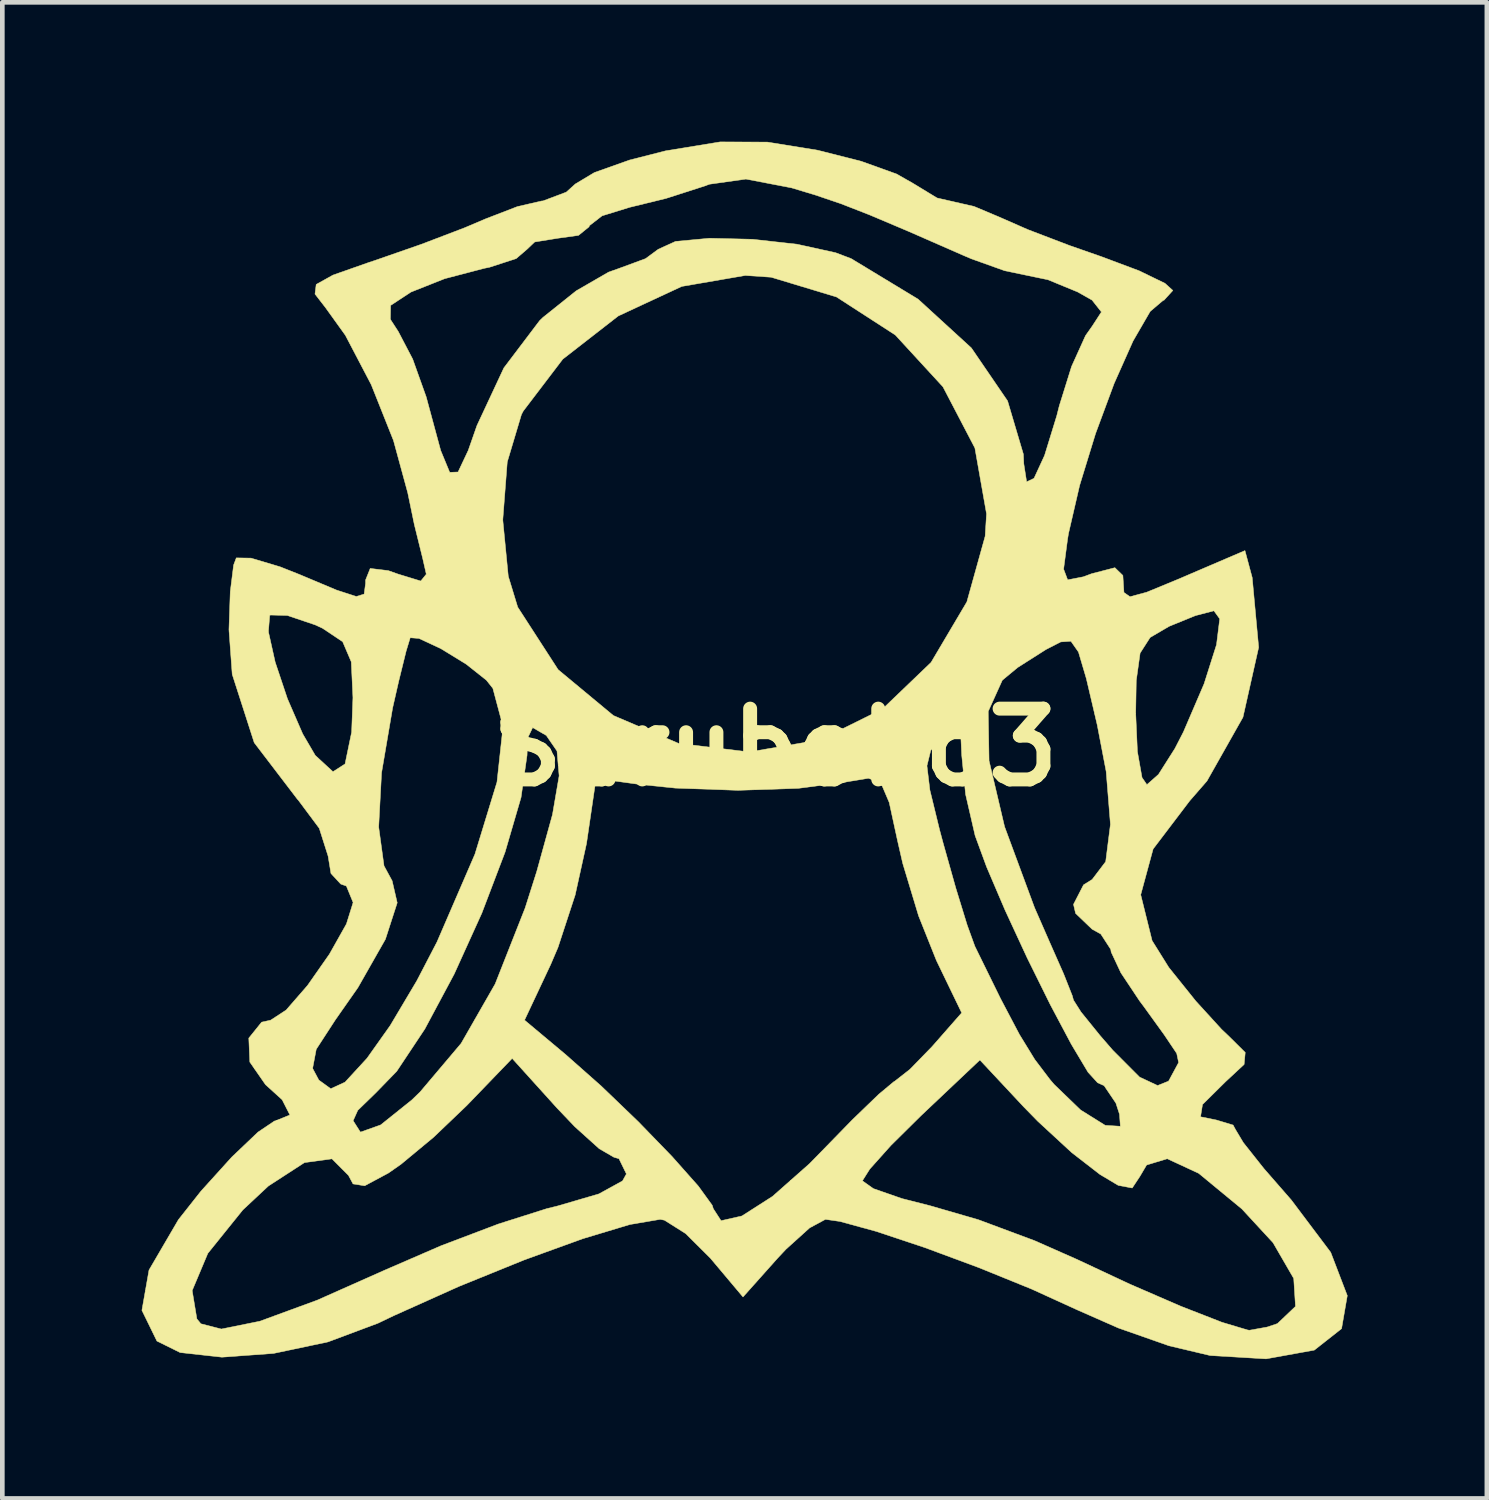
<source format=kicad_pcb>
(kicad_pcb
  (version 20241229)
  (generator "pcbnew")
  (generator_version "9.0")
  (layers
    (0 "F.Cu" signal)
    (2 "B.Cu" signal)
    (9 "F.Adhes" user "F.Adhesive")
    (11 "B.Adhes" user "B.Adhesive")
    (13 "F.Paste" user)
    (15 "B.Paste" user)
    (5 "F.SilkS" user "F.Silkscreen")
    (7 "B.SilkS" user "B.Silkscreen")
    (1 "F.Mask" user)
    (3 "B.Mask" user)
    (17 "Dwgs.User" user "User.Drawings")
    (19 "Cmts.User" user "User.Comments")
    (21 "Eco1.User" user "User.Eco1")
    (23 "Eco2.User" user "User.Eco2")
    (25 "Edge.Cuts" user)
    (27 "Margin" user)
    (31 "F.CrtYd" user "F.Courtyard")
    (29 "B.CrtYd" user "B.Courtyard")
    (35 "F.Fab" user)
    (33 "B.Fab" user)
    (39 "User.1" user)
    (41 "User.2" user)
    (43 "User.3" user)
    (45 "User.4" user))
  (footprint "Sarubobo3"
    (layer "F.Cu")
    (at 13.643 13.04)
    (property "Reference" "Sarubobo3" (at 0 0 0) (layer "F.SilkS") (effects (font (size 1.524 1.524) (thickness 0.3))))
    (attr through_hole)
    (fp_poly (pts (xy -0.173 -13.031) (xy 0.909 -12.856) (xy 1.847 -12.618) (xy 2.609 -12.344) (xy 2.962 -12.143) (xy 3.48 -11.828) (xy 3.764 -11.763) (xy 4.276 -11.646) (xy 4.813 -11.42) (xy 5.435 -11.147) (xy 6.336 -10.803) (xy 7.018 -10.565) (xy 7.829 -10.261) (xy 8.386 -9.991) (xy 8.556 -9.837) (xy 8.364 -9.626) (xy 8.349 -9.625) (xy 8.068 -9.386) (xy 7.699 -8.749) (xy 7.291 -7.833) (xy 6.892 -6.757) (xy 6.549 -5.641) (xy 6.309 -4.603) (xy 6.289 -4.481) (xy 6.204 -3.838) (xy 6.291 -3.607) (xy 6.63 -3.673) (xy 6.806 -3.739) (xy 7.308 -3.869) (xy 7.48 -3.702) (xy 7.486 -3.603) (xy 7.503 -3.335) (xy 7.633 -3.244) (xy 7.993 -3.341) (xy 8.703 -3.634) (xy 8.909 -3.723) (xy 10.108 -4.237) (xy 10.264 -3.656) (xy 10.403 -2.154) (xy 10.065 -0.649) (xy 9.29 0.723) (xy 8.917 1.152) (xy 8.131 2.187) (xy 7.864 3.172) (xy 8.109 4.16) (xy 8.469 4.737) (xy 9.051 5.462) (xy 9.605 6.069) (xy 9.759 6.215) (xy 10.114 6.567) (xy 10.09 6.825) (xy 9.692 7.195) (xy 9.194 7.688) (xy 9.152 7.952) (xy 9.492 8.021) (xy 9.853 8.13) (xy 9.902 8.222) (xy 10.073 8.508) (xy 10.513 9.063) (xy 11.105 9.742) (xy 11.954 10.87) (xy 12.311 11.802) (xy 12.188 12.513) (xy 11.601 12.975) (xy 10.562 13.163) (xy 9.358 13.091) (xy 8.472 12.881) (xy 7.381 12.498) (xy 6.485 12.103) (xy 5.514 11.66) (xy 4.379 11.199) (xy 3.22 10.769) (xy 2.177 10.421) (xy 1.39 10.205) (xy 1.077 10.16) (xy 0.736 10.344) (xy 0.227 10.804) (xy 0.048 10.995) (xy -0.698 11.831) (xy -1.401 10.995) (xy -1.933 10.466) (xy -2.389 10.178) (xy -2.481 10.16) (xy -3.133 10.271) (xy -4.149 10.577) (xy -5.413 11.035) (xy -6.809 11.602) (xy -8.222 12.236) (xy -8.556 12.396) (xy -9.634 12.799) (xy -10.804 13.046) (xy -11.915 13.127) (xy -12.816 13.027) (xy -13.315 12.78) (xy -13.638 12.119) (xy -13.563 11.693) (xy -12.556 11.693) (xy -12.455 12.302) (xy -12.368 12.408) (xy -11.928 12.521) (xy -11.099 12.353) (xy -9.862 11.899) (xy -8.407 11.252) (xy -7.198 10.728) (xy -5.964 10.26) (xy -4.924 9.93) (xy -4.686 9.871) (xy -3.8 9.612) (xy -3.291 9.332) (xy -3.208 9.182) (xy -3.368 8.854) (xy -3.476 8.823) (xy -3.793 8.639) (xy -4.317 8.167) (xy -4.706 7.759) (xy -5.667 6.695) (xy -6.643 7.708) (xy -7.36 8.393) (xy -8.062 8.975) (xy -8.331 9.163) (xy -8.842 9.437) (xy -9.093 9.397) (xy -9.191 9.214) (xy -9.547 8.857) (xy -10.138 8.938) (xy -10.915 9.442) (xy -11.466 9.957) (xy -12.219 10.892) (xy -12.556 11.693) (xy -13.563 11.693) (xy -13.485 11.251) (xy -12.852 10.167) (xy -12.366 9.552) (xy -11.703 8.819) (xy -11.138 8.281) (xy -10.783 8.042) (xy -10.762 8.039) (xy -10.756 8.036) (xy -9.091 8.036) (xy -8.934 8.282) (xy -8.498 8.127) (xy -7.829 7.591) (xy -7.651 7.419) (xy -6.766 6.372) (xy -6.479 5.871) (xy -5.401 5.871) (xy -4.516 6.612) (xy -3.75 7.29) (xy -2.953 8.056) (xy -2.225 8.807) (xy -1.661 9.442) (xy -1.361 9.856) (xy -1.337 9.931) (xy -1.17 10.189) (xy -0.721 10.087) (xy -0.062 9.665) (xy 0.317 9.33) (xy 1.872 9.33) (xy 2.109 9.498) (xy 2.723 9.712) (xy 3.328 9.866) (xy 4.37 10.168) (xy 5.58 10.619) (xy 6.469 11.012) (xy 7.635 11.557) (xy 8.726 12.03) (xy 9.613 12.376) (xy 10.167 12.542) (xy 10.205 12.547) (xy 10.584 12.479) (xy 10.807 12.404) (xy 11.196 12.034) (xy 11.158 11.432) (xy 10.712 10.662) (xy 10.042 9.936) (xy 9.112 9.169) (xy 8.435 8.855) (xy 7.991 8.99) (xy 7.847 9.234) (xy 7.681 9.485) (xy 7.38 9.428) (xy 6.986 9.193) (xy 6.378 8.722) (xy 5.652 8.052) (xy 5.342 7.735) (xy 4.402 6.729) (xy 3.137 7.925) (xy 2.487 8.568) (xy 2.031 9.078) (xy 1.872 9.33) (xy 0.317 9.33) (xy 0.732 8.963) (xy 0.965 8.725) (xy 1.659 8.013) (xy 2.224 7.468) (xy 2.55 7.196) (xy 2.568 7.187) (xy 2.896 6.93) (xy 3.369 6.444) (xy 3.409 6.399) (xy 4.01 5.714) (xy 3.465 4.585) (xy 3.082 3.626) (xy 2.741 2.497) (xy 2.629 2.009) (xy 2.45 1.186) (xy 2.275 0.775) (xy 2.004 0.664) (xy 1.537 0.741) (xy 1.503 0.749) (xy 0.494 0.881) (xy -0.805 0.924) (xy -2.155 0.876) (xy -2.933 0.796) (xy -3.861 0.668) (xy -4.067 2.07) (xy -4.311 3.177) (xy -4.681 4.306) (xy -4.837 4.671) (xy -5.401 5.871) (xy -6.479 5.871) (xy -6.034 5.094) (xy -5.388 3.457) (xy -5.139 2.674) (xy -4.799 1.445) (xy -4.656 0.612) (xy -4.675 0.395) (xy 3.262 0.395) (xy 3.325 0.918) (xy 3.535 1.778) (xy 3.61 2.058) (xy 3.883 3.028) (xy 4.128 3.825) (xy 4.292 4.277) (xy 4.292 4.278) (xy 4.847 5.409) (xy 5.253 6.18) (xy 5.583 6.718) (xy 5.909 7.148) (xy 5.999 7.254) (xy 6.57 7.805) (xy 7.1 8.136) (xy 7.426 8.156) (xy 7.407 7.896) (xy 7.33 7.658) (xy 7.076 7.282) (xy 6.936 7.219) (xy 6.73 6.993) (xy 6.371 6.392) (xy 5.915 5.533) (xy 5.42 4.532) (xy 4.945 3.506) (xy 4.546 2.572) (xy 4.299 1.899) (xy 4.094 1.01) (xy 4.011 0.17) (xy 3.985 -0.371) (xy 3.848 -0.453) (xy 3.566 -0.205) (xy 3.343 0.068) (xy 3.262 0.395) (xy -4.675 0.395) (xy -4.702 0.078) (xy -4.932 -0.256) (xy -4.934 -0.258) (xy -5.226 -0.427) (xy -5.335 -0.2) (xy -5.347 0.169) (xy -5.476 1.077) (xy -5.82 2.254) (xy -6.32 3.567) (xy -6.916 4.881) (xy -7.547 6.061) (xy -8.153 6.973) (xy -8.602 7.435) (xy -8.991 7.813) (xy -9.091 8.036) (xy -10.756 8.036) (xy -10.452 7.913) (xy -10.619 7.585) (xy -10.978 7.259) (xy -11.22 6.91) (xy -9.963 6.91) (xy -9.829 7.162) (xy -9.572 7.348) (xy -9.265 7.206) (xy -8.793 6.693) (xy -8.293 5.988) (xy -7.72 5.024) (xy -7.286 4.189) (xy -6.469 2.299) (xy -5.994 0.747) (xy -5.864 -0.45) (xy -6.083 -1.272) (xy -6.222 -1.447) (xy -6.657 -1.792) (xy -7.205 -2.128) (xy -7.673 -2.346) (xy -7.862 -2.361) (xy -7.95 -2.073) (xy -8.11 -1.424) (xy -8.241 -0.849) (xy -8.479 0.546) (xy -8.541 1.714) (xy -8.426 2.55) (xy -8.251 2.872) (xy -8.142 3.345) (xy -8.396 4.13) (xy -8.988 5.171) (xy -9.471 5.861) (xy -9.885 6.498) (xy -9.963 6.91) (xy -11.22 6.91) (xy -11.315 6.773) (xy -11.337 6.258) (xy -11.061 5.915) (xy -10.867 5.872) (xy -10.533 5.654) (xy -10.073 5.125) (xy -9.602 4.452) (xy -9.235 3.8) (xy -9.091 3.339) (xy -9.236 2.985) (xy -9.358 2.941) (xy -9.568 2.714) (xy -9.63 2.339) (xy -9.82 1.741) (xy -10.274 1.132) (xy -10.288 1.119) (xy -11.22 -0.102) (xy -11.694 -1.574) (xy -11.761 -2.491) (xy -10.915 -2.491) (xy -10.769 -1.836) (xy -10.504 -1.045) (xy -10.177 -0.292) (xy -9.906 0.172) (xy -9.525 0.523) (xy -9.265 0.356) (xy -9.123 -0.329) (xy -9.095 -1.071) (xy -9.131 -1.842) (xy -9.316 -2.275) (xy -9.75 -2.565) (xy -9.908 -2.638) (xy -10.506 -2.84) (xy -10.871 -2.85) (xy -10.887 -2.838) (xy -10.915 -2.491) (xy -11.761 -2.491) (xy -11.764 -2.537) (xy -11.736 -3.352) (xy -11.664 -3.926) (xy -11.606 -4.08) (xy -11.29 -4.075) (xy -10.663 -3.888) (xy -10.247 -3.723) (xy -9.448 -3.387) (xy -9.023 -3.249) (xy -8.854 -3.301) (xy -8.823 -3.531) (xy -8.823 -3.603) (xy -8.723 -3.853) (xy -8.334 -3.806) (xy -8.122 -3.731) (xy -7.635 -3.582) (xy -7.516 -3.729) (xy -7.594 -4.072) (xy -7.774 -4.8) (xy -7.794 -4.897) (xy -5.869 -4.897) (xy -5.751 -3.685) (xy -5.548 -3.02) (xy -4.677 -1.673) (xy -3.488 -0.686) (xy -2.083 -0.086) (xy -0.564 0.098) (xy 0.967 -0.164) (xy 2.2 -0.775) (xy 4.581 -0.775) (xy 4.599 0.287) (xy 4.933 1.706) (xy 5.577 3.447) (xy 5.897 4.178) (xy 6.205 4.876) (xy 6.391 5.346) (xy 6.417 5.441) (xy 6.578 5.695) (xy 6.989 6.203) (xy 7.264 6.52) (xy 7.839 7.097) (xy 8.228 7.279) (xy 8.464 7.184) (xy 8.68 6.784) (xy 8.639 6.587) (xy 8.368 6.184) (xy 7.932 5.58) (xy 7.839 5.456) (xy 7.437 4.852) (xy 7.228 4.406) (xy 7.219 4.348) (xy 7.005 4.018) (xy 6.818 3.914) (xy 6.462 3.573) (xy 6.417 3.379) (xy 6.633 2.959) (xy 6.818 2.844) (xy 7.11 2.459) (xy 7.212 1.656) (xy 7.12 0.518) (xy 6.928 -0.483) (xy 6.869 -0.735) (xy 7.756 -0.735) (xy 7.793 0.091) (xy 7.892 0.649) (xy 7.997 0.802) (xy 8.246 0.582) (xy 8.6 0.024) (xy 8.784 -0.334) (xy 9.228 -1.368) (xy 9.496 -2.212) (xy 9.565 -2.768) (xy 9.44 -2.941) (xy 9.041 -2.837) (xy 8.477 -2.607) (xy 8.067 -2.367) (xy 7.851 -2.03) (xy 7.768 -1.438) (xy 7.756 -0.735) (xy 6.869 -0.735) (xy 6.693 -1.483) (xy 6.524 -2.054) (xy 6.361 -2.286) (xy 6.142 -2.271) (xy 5.825 -2.108) (xy 5.216 -1.721) (xy 4.885 -1.447) (xy 4.581 -0.775) (xy 2.2 -0.775) (xy 2.305 -0.827) (xy 3.35 -1.829) (xy 4.121 -3.132) (xy 4.515 -4.546) (xy 4.545 -5.027) (xy 4.294 -6.446) (xy 3.607 -7.762) (xy 2.581 -8.878) (xy 1.315 -9.697) (xy -0.092 -10.122) (xy -0.648 -10.16) (xy -2.016 -9.924) (xy -3.383 -9.288) (xy -4.578 -8.358) (xy -5.429 -7.24) (xy -5.468 -7.165) (xy -5.773 -6.145) (xy -5.869 -4.897) (xy -7.794 -4.897) (xy -7.915 -5.481) (xy -8.222 -6.607) (xy -8.701 -7.809) (xy -9.257 -8.871) (xy -9.504 -9.215) (xy -8.289 -9.215) (xy -8.119 -8.953) (xy -7.809 -8.36) (xy -7.518 -7.546) (xy -7.468 -7.361) (xy -7.206 -6.392) (xy -7.012 -5.922) (xy -6.832 -5.929) (xy -6.613 -6.393) (xy -6.425 -6.93) (xy -5.846 -8.17) (xy -5.077 -9.186) (xy -5.004 -9.257) (xy -4.289 -9.829) (xy -3.591 -10.232) (xy -3.371 -10.31) (xy -2.796 -10.522) (xy -2.522 -10.724) (xy -2.151 -10.893) (xy -1.42 -10.961) (xy -0.493 -10.939) (xy 0.467 -10.832) (xy 1.295 -10.65) (xy 1.63 -10.523) (xy 3.071 -9.65) (xy 4.218 -8.6) (xy 4.998 -7.459) (xy 5.338 -6.312) (xy 5.347 -6.107) (xy 5.408 -5.717) (xy 5.567 -5.793) (xy 5.794 -6.285) (xy 6.057 -7.14) (xy 6.111 -7.353) (xy 6.376 -8.202) (xy 6.676 -8.865) (xy 6.82 -9.069) (xy 7.018 -9.374) (xy 6.817 -9.629) (xy 6.508 -9.804) (xy 5.867 -10.068) (xy 5.424 -10.16) (xy 4.933 -10.263) (xy 4.22 -10.518) (xy 4.051 -10.59) (xy 2.866 -11.109) (xy 2.03 -11.463) (xy 1.407 -11.706) (xy 0.858 -11.892) (xy 0.348 -12.046) (xy -0.635 -12.235) (xy -1.421 -12.124) (xy -1.523 -12.086) (xy -2.357 -11.818) (xy -3.142 -11.626) (xy -3.731 -11.444) (xy -4.008 -11.229) (xy -4.011 -11.208) (xy -4.239 -11.023) (xy -4.679 -10.962) (xy -5.182 -10.881) (xy -5.347 -10.724) (xy -5.581 -10.523) (xy -6.154 -10.337) (xy -6.272 -10.313) (xy -7.119 -10.091) (xy -7.845 -9.803) (xy -8.284 -9.515) (xy -8.289 -9.215) (xy -9.504 -9.215) (xy -9.686 -9.468) (xy -9.912 -9.76) (xy -9.886 -9.967) (xy -9.525 -10.168) (xy -8.747 -10.442) (xy -8.616 -10.485) (xy -7.617 -10.833) (xy -6.69 -11.187) (xy -6.243 -11.377) (xy -5.554 -11.643) (xy -5.028 -11.764) (xy -5.005 -11.764) (xy -4.502 -11.954) (xy -4.308 -12.129) (xy -3.898 -12.375) (xy -3.139 -12.645) (xy -2.363 -12.843) (xy -1.189 -13.035) (xy -0.173 -13.031)) (stroke (width 0.01) (type solid)) (fill yes) (layer "F.SilkS")))
  (gr_rect
    (start -3 -3)
    (end 28.959 29.208)
    (stroke (width 0.1) (type default))
    (fill no)
    (layer "Edge.Cuts")))
</source>
